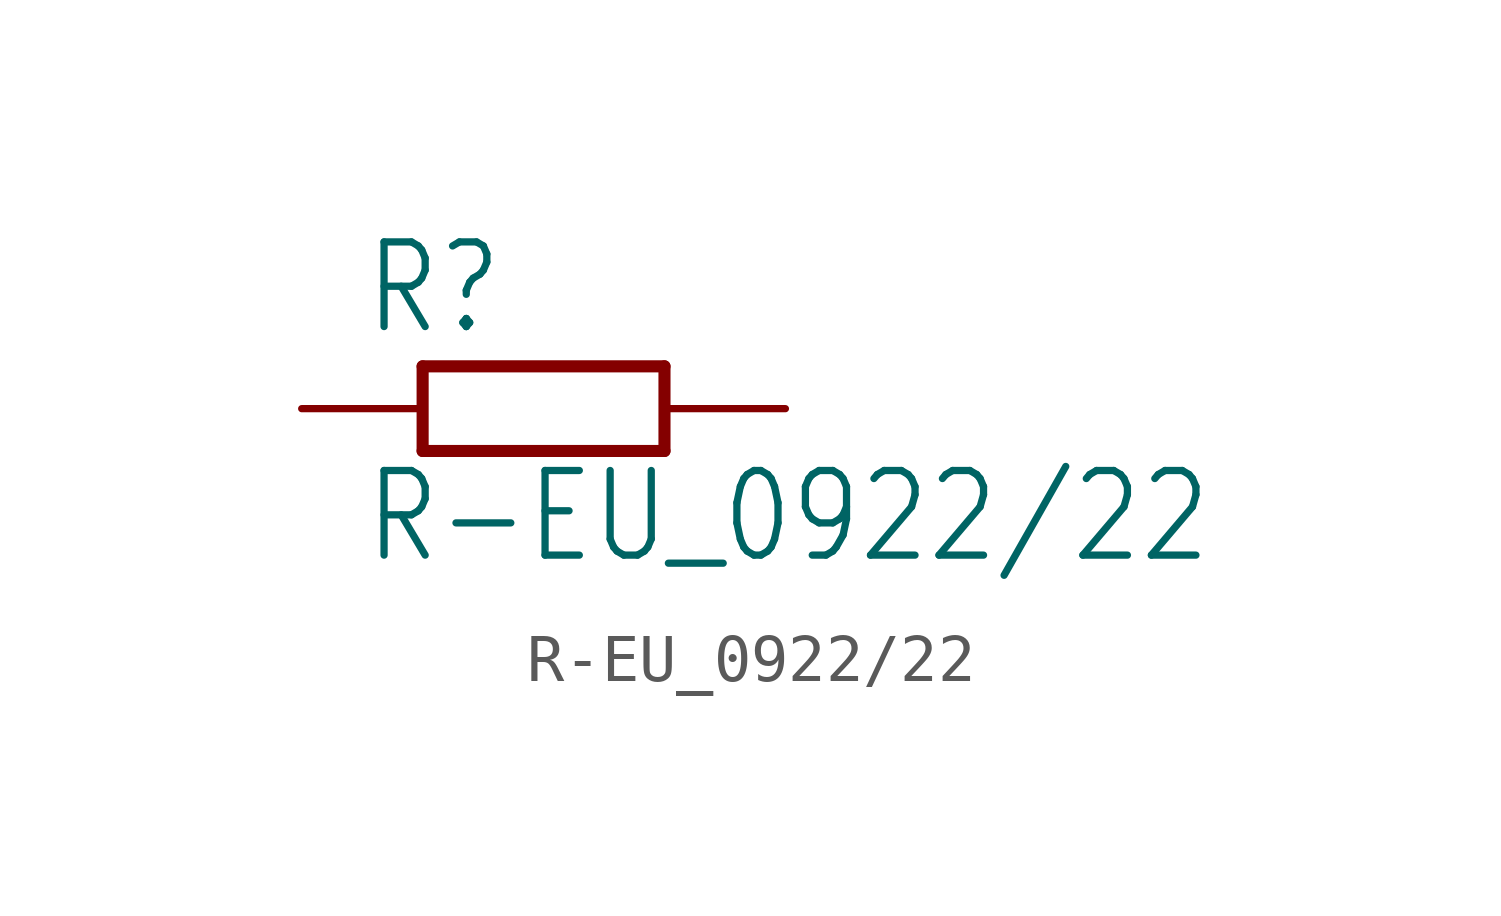
<source format=kicad_sym>
(kicad_symbol_lib
  (version 20231120)
  (generator "kicad_symbol_editor")
  (generator_version "8.0")
  (symbol "R-EU_0922/22"
    (property "Reference" "R"
      (at -3.81 1.499 0)
      (effects (font (size 1.778 1.511)) (justify left bottom)))
    (property "Value" "R-EU_0922{slash}22"
      (at -3.81 -3.302 0)
      (effects (font (size 1.778 1.511)) (justify left bottom)))
    (property "ki_locked" ""
      (at 0 0 0)
      (effects (font (size 1.27 1.27))))
    (symbol "R-EU_0922/22_1_0"
      (polyline (pts (xy -2.54 -0.889) (xy -2.54 0.889)) (stroke (width 0.254) (type default)) (fill (type none)))
      (polyline (pts (xy -2.54 -0.889) (xy 2.54 -0.889)) (stroke (width 0.254) (type default)) (fill (type none)))
      (polyline (pts (xy 2.54 -0.889) (xy 2.54 0.889)) (stroke (width 0.254) (type default)) (fill (type none)))
      (polyline (pts (xy 2.54 0.889) (xy -2.54 0.889)) (stroke (width 0.254) (type default)) (fill (type none)))
      (pin passive line (at -5.08 0 0) (length 2.54) (name "1" (effects (font (size 0 0)))) (number "1" (effects (font (size 0 0)))))
      (pin passive line (at 5.08 0 180) (length 2.54) (name "2" (effects (font (size 0 0)))) (number "2" (effects (font (size 0 0))))))))
</source>
